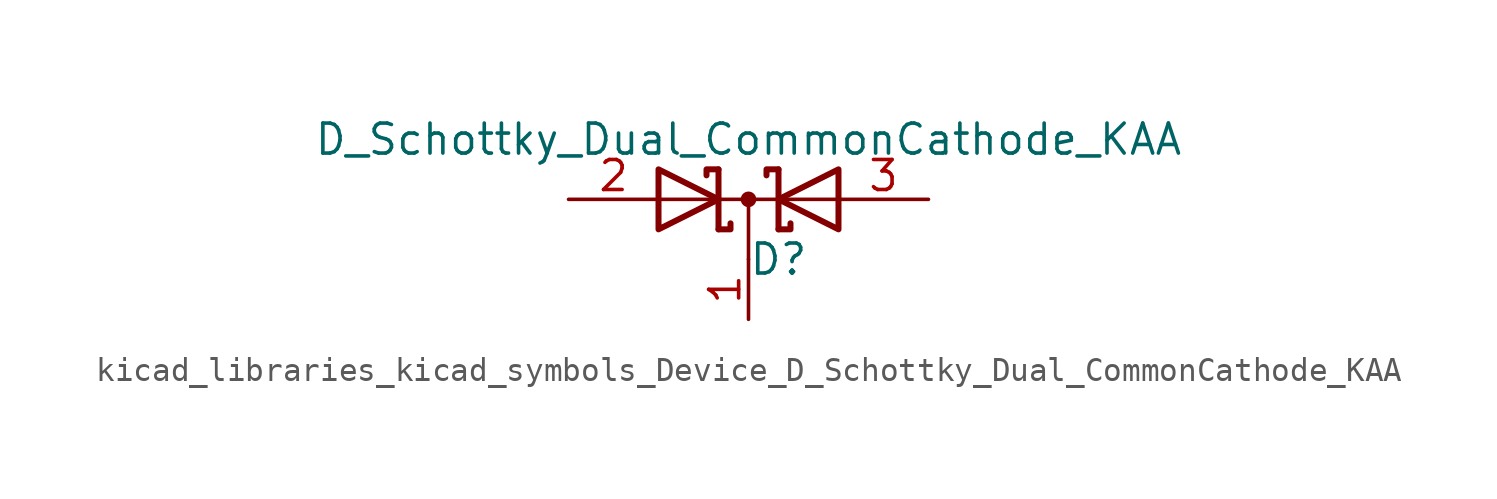
<source format=kicad_sym>
(kicad_symbol_lib
  (version 20220914)
  (generator kicad_symbol_editor)
  (symbol "kicad_libraries_kicad_symbols_Device_D_Schottky_Dual_CommonCathode_KAA"
    (pin_names
      (offset 0.762) hide)
    (property "Reference" "D"
      (at 1.27 -2.54 0)
      (effects (font (size 1.27 1.27))))
    (property "Value" "D_Schottky_Dual_CommonCathode_KAA"
      (at 0 2.54 0)
      (effects (font (size 1.27 1.27))))
    (symbol "kicad_libraries_kicad_symbols_Device_D_Schottky_Dual_CommonCathode_KAA_0_1"
      (polyline (pts (xy -3.81 0) (xy 3.81 0)) (stroke (width 0) (type default)) (fill (type none)))
      (polyline (pts (xy 0 0) (xy 0 -2.54)) (stroke (width 0) (type default)) (fill (type none)))
      (polyline (pts (xy -1.27 -1.27) (xy -1.27 1.27) (xy -1.27 1.27)) (stroke (width 0.254) (type default)) (fill (type none)))
      (polyline (pts (xy 1.27 -1.27) (xy 1.27 1.27) (xy 1.27 1.27)) (stroke (width 0.254) (type default)) (fill (type none)))
      (polyline (pts (xy -1.27 -1.27) (xy -0.762 -1.27) (xy -0.762 -1.016) (xy -0.762 -1.016)) (stroke (width 0.254) (type default)) (fill (type none)))
      (polyline (pts (xy 1.27 -1.27) (xy 1.778 -1.27) (xy 1.778 -1.016) (xy 1.778 -1.016)) (stroke (width 0.254) (type default)) (fill (type none)))
      (polyline (pts (xy 1.27 1.27) (xy 0.762 1.27) (xy 0.762 1.016) (xy 0.762 1.016)) (stroke (width 0.254) (type default)) (fill (type none)))
      (polyline (pts (xy -1.778 1.016) (xy -1.778 1.27) (xy -1.27 1.27) (xy -1.27 1.27) (xy -1.27 1.27)) (stroke (width 0.254) (type default)) (fill (type none)))
      (polyline (pts (xy -3.81 1.27) (xy -1.27 0) (xy -3.81 -1.27) (xy -3.81 1.27) (xy -3.81 1.27) (xy -3.81 1.27)) (stroke (width 0.254) (type default)) (fill (type none)))
      (polyline (pts (xy 3.81 -1.27) (xy 1.27 0) (xy 3.81 1.27) (xy 3.81 -1.27) (xy 3.81 -1.27) (xy 3.81 -1.27)) (stroke (width 0.254) (type default)) (fill (type none)))
      (circle (center 0 0) (radius 0.254) (stroke (width 0) (type default)) (fill (type outline)))
      (pin passive line (at 0 -5.08 90) (length 2.54) (name "K" (effects (font (size 1.27 1.27)))) (number "1" (effects (font (size 1.27 1.27)))))
      (pin passive line (at -7.62 0 0) (length 3.81) (name "A" (effects (font (size 1.27 1.27)))) (number "2" (effects (font (size 1.27 1.27)))))
      (pin passive line (at 7.62 0 180) (length 3.81) (name "A" (effects (font (size 1.27 1.27)))) (number "3" (effects (font (size 1.27 1.27))))))))
</source>
